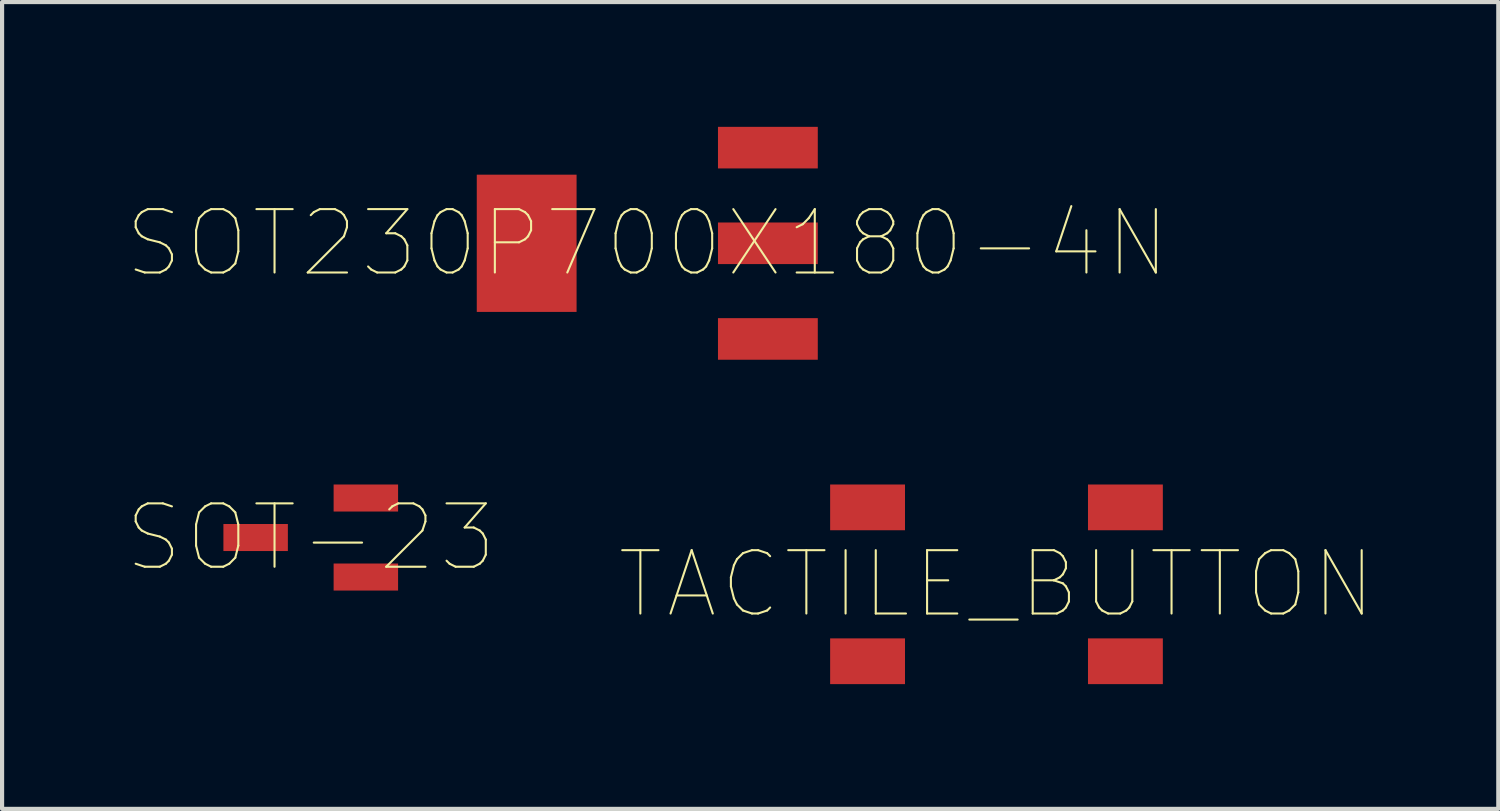
<source format=kicad_pcb>
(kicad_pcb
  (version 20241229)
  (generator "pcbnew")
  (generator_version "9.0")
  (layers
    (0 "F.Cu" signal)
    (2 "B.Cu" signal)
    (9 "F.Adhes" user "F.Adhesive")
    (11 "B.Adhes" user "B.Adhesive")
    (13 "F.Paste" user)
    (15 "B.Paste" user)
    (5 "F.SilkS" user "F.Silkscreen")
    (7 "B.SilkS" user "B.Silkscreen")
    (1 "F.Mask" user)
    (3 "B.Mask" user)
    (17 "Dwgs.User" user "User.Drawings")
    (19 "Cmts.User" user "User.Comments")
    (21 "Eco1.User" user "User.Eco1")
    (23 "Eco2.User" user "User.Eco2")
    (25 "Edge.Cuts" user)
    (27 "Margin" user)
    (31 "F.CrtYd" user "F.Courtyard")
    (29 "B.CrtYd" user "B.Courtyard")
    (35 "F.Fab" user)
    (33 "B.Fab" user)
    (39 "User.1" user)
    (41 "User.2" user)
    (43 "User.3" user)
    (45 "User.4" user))
  (footprint "SOT230P700X180-4N"
    (layer "F.Cu")
    (at 12.514 2.8)
    (property "Reference" "SOT230P700X180-4N" (at 0 0 0) (layer "F.SilkS") (effects (font (size 1.524 1.524) (thickness 0.05))))
    (attr smd)
    (pad "1" smd rect (at 2.9 2.3 270) (size 1 2.4) (layers "F.Cu" "F.Mask" "F.Paste"))
    (pad "2" smd rect (at 2.9 0 270) (size 1 2.4) (layers "F.Cu" "F.Mask" "F.Paste"))
    (pad "3" smd rect (at 2.9 -2.3 270) (size 1 2.4) (layers "F.Cu" "F.Mask" "F.Paste"))
    (pad "4" smd rect (at -2.9 0 270) (size 3.3 2.4) (layers "F.Cu" "F.Mask" "F.Paste")))
  (footprint "TACTILE_BUTTON"
    (layer "F.Cu")
    (at 20.911 11)
    (property "Reference" "TACTILE_BUTTON" (at 0 0 0) (layer "F.SilkS") (effects (font (size 1.524 1.524) (thickness 0.05))))
    (attr smd)
    (pad "1" smd rect (at -3.1 -1.85) (size 1.8 1.1) (layers "F.Cu" "F.Mask" "F.Paste"))
    (pad "1" smd rect (at 3.1 -1.85) (size 1.8 1.1) (layers "F.Cu" "F.Mask" "F.Paste"))
    (pad "2" smd rect (at -3.1 1.85) (size 1.8 1.1) (layers "F.Cu" "F.Mask" "F.Paste"))
    (pad "2" smd rect (at 3.1 1.85) (size 1.8 1.1) (layers "F.Cu" "F.Mask" "F.Paste")))
  (footprint "SOT-23"
    (layer "F.Cu")
    (at 4.422 9.875)
    (property "Reference" "SOT-23" (at 0 0 0) (layer "F.SilkS") (effects (font (size 1.524 1.524) (thickness 0.05))))
    (attr smd)
    (pad "1" smd rect (at 1.325 0.95 270) (size 0.65 1.55) (layers "F.Cu" "F.Mask" "F.Paste"))
    (pad "2" smd rect (at 1.325 -0.95 270) (size 0.65 1.55) (layers "F.Cu" "F.Mask" "F.Paste"))
    (pad "3" smd rect (at -1.325 0 270) (size 0.65 1.55) (layers "F.Cu" "F.Mask" "F.Paste")))
  (gr_rect
    (start -3 -3)
    (end 32.977 16.4)
    (stroke (width 0.1) (type default))
    (fill no)
    (layer "Edge.Cuts")))
</source>
